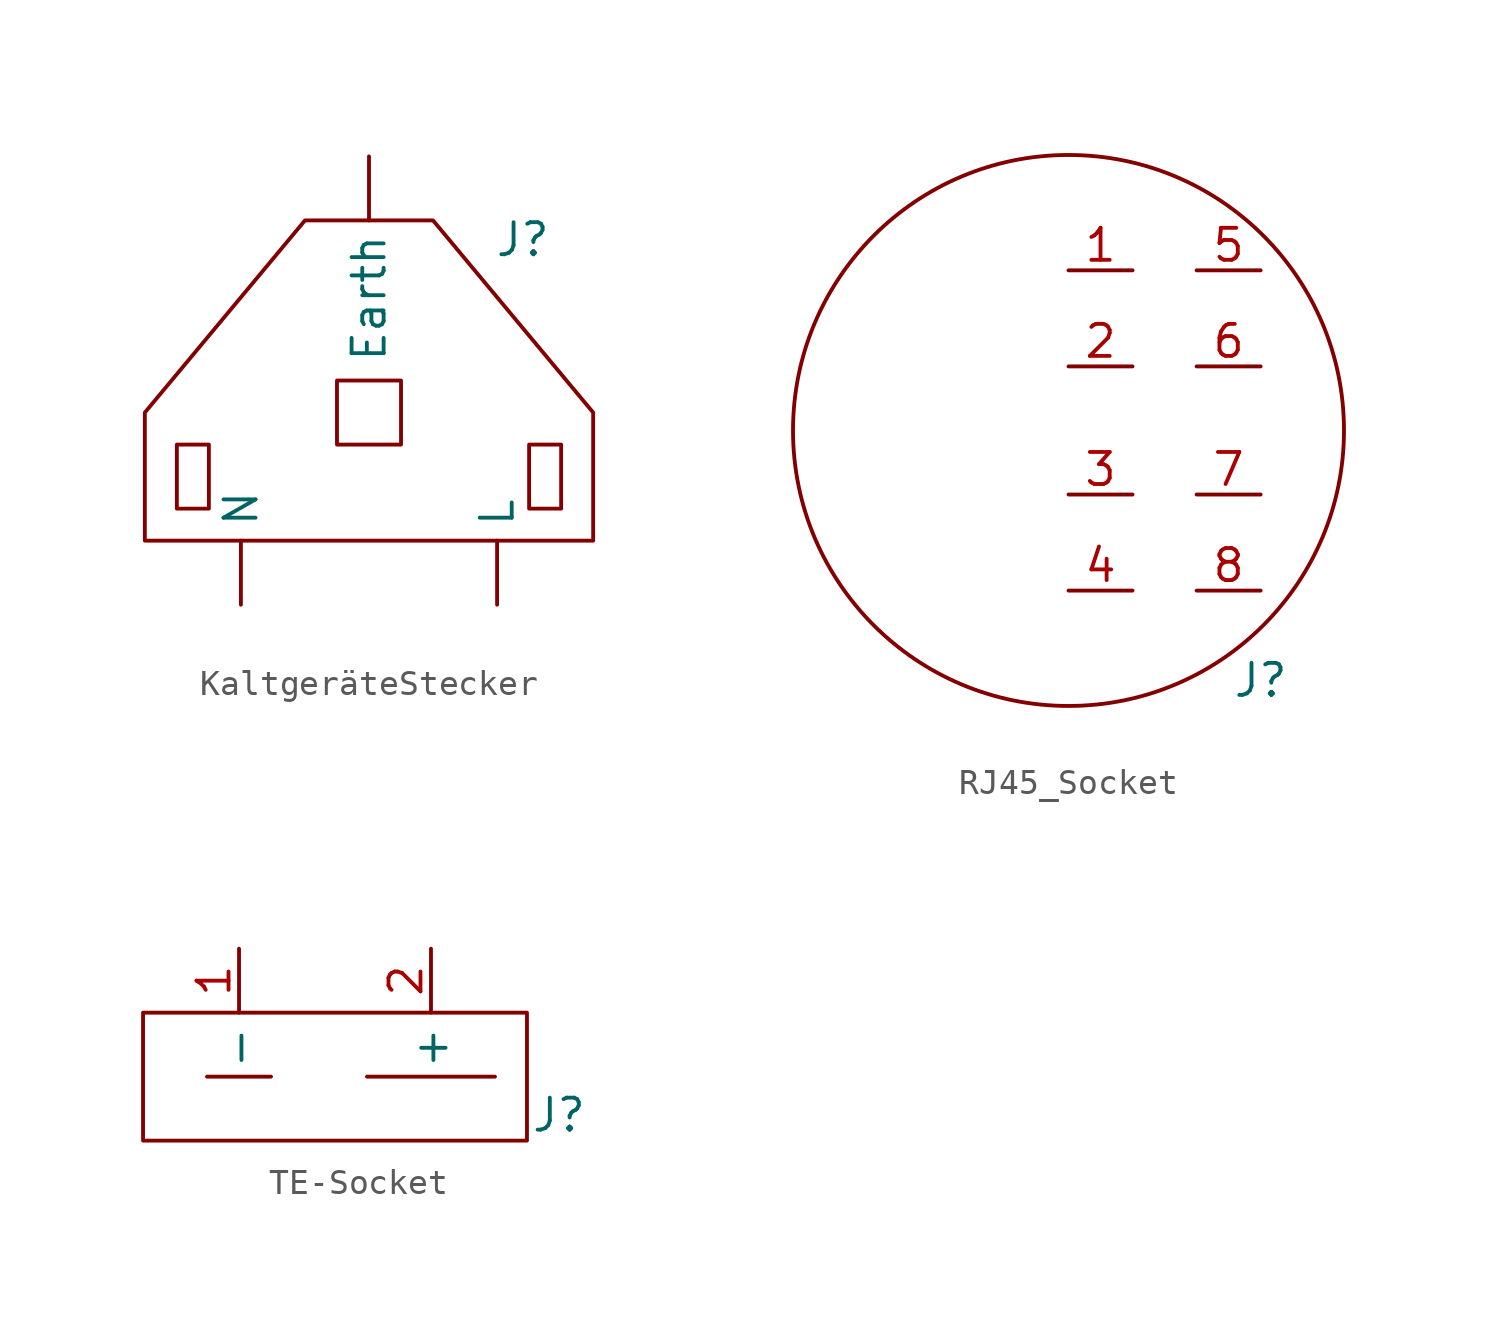
<source format=kicad_sym>
(kicad_symbol_lib
  (version 20231120)
  (generator "kicad_symbol_editor")
  (generator_version "8.0")
  (symbol "KaltgeräteStecker"
    (property "Reference" "J"
      (at 6.096 13.208 0)
      (effects (font (size 1.27 1.27))))
    (property "Value" ""
      (at 0 0 0)
      (effects (font (size 1.27 1.27))))
    (symbol "KaltgeräteStecker_0_1"
      (polyline (pts (xy -6.35 2.54) (xy -6.35 5.08) (xy -7.62 5.08) (xy -7.62 2.54) (xy -6.35 2.54)) (stroke (width 0) (type default)) (fill (type none)))
      (polyline (pts (xy 1.27 5.08) (xy 1.27 7.62) (xy -1.27 7.62) (xy -1.27 5.08) (xy 1.27 5.08)) (stroke (width 0) (type default)) (fill (type none)))
      (polyline (pts (xy 7.62 2.54) (xy 7.62 5.08) (xy 6.35 5.08) (xy 6.35 2.54) (xy 7.62 2.54)) (stroke (width 0) (type default)) (fill (type none)))
      (polyline (pts (xy 0 1.27) (xy -8.89 1.27) (xy -8.89 6.35) (xy -2.54 13.97) (xy 2.54 13.97) (xy 8.89 6.35) (xy 8.89 1.27) (xy 0 1.27)) (stroke (width 0) (type default)) (fill (type none))))
    (symbol "KaltgeräteStecker_1_1"
      (pin power_in line (at 0 16.51 270) (length 2.54) (name "Earth" (effects (font (size 1.27 1.27)))) (number "" (effects (font (size 1.27 1.27)))))
      (pin power_in line (at 5.08 -1.27 90) (length 2.54) (name "L" (effects (font (size 1.27 1.27)))) (number "" (effects (font (size 1.27 1.27)))))
      (pin power_in line (at -5.08 -1.27 90) (length 2.54) (name "N" (effects (font (size 1.27 1.27)))) (number "" (effects (font (size 1.27 1.27)))))))
  (symbol "RJ45_Socket"
    (property "Reference" "J"
      (at 7.62 -9.906 0)
      (effects (font (size 1.27 1.27))))
    (property "Value" ""
      (at 0 0 0)
      (effects (font (size 1.27 1.27))))
    (symbol "RJ45_Socket_0_1"
      (circle (center 0 0) (radius 10.925) (stroke (width 0) (type default)) (fill (type none))))
    (symbol "RJ45_Socket_1_1"
      (pin unspecified line (at 0 6.35 0) (length 2.54) (name "" (effects (font (size 1.27 1.27)))) (number "1" (effects (font (size 1.27 1.27)))))
      (pin unspecified line (at 0 2.54 0) (length 2.54) (name "" (effects (font (size 1.27 1.27)))) (number "2" (effects (font (size 1.27 1.27)))))
      (pin unspecified line (at 0 -2.54 0) (length 2.54) (name "" (effects (font (size 1.27 1.27)))) (number "3" (effects (font (size 1.27 1.27)))))
      (pin unspecified line (at 0 -6.35 0) (length 2.54) (name "" (effects (font (size 1.27 1.27)))) (number "4" (effects (font (size 1.27 1.27)))))
      (pin unspecified line (at 7.62 6.35 180) (length 2.54) (name "" (effects (font (size 1.27 1.27)))) (number "5" (effects (font (size 1.27 1.27)))))
      (pin unspecified line (at 7.62 2.54 180) (length 2.54) (name "" (effects (font (size 1.27 1.27)))) (number "6" (effects (font (size 1.27 1.27)))))
      (pin unspecified line (at 7.62 -2.54 180) (length 2.54) (name "" (effects (font (size 1.27 1.27)))) (number "7" (effects (font (size 1.27 1.27)))))
      (pin unspecified line (at 7.62 -6.35 180) (length 2.54) (name "" (effects (font (size 1.27 1.27)))) (number "8" (effects (font (size 1.27 1.27)))))))
  (symbol "TE-Socket"
    (property "Reference" "J"
      (at 8.89 -1.524 0)
      (effects (font (size 1.27 1.27))))
    (property "Value" ""
      (at 0 2.54 0)
      (effects (font (size 1.27 1.27))))
    (symbol "TE-Socket_0_1"
      (polyline (pts (xy -2.54 0) (xy -5.08 0)) (stroke (width 0) (type default)) (fill (type none)))
      (polyline (pts (xy 6.35 0) (xy 1.27 0)) (stroke (width 0) (type default)) (fill (type none)))
      (rectangle (start 7.62 -2.54) (end -7.62 2.54) (stroke (width 0) (type default)) (fill (type none))))
    (symbol "TE-Socket_1_1"
      (pin unspecified line (at -3.81 5.08 270) (length 2.54) (name "-" (effects (font (size 1.27 1.27)))) (number "1" (effects (font (size 1.27 1.27)))))
      (pin unspecified line (at 3.81 5.08 270) (length 2.54) (name "+" (effects (font (size 1.27 1.27)))) (number "2" (effects (font (size 1.27 1.27))))))))
</source>
